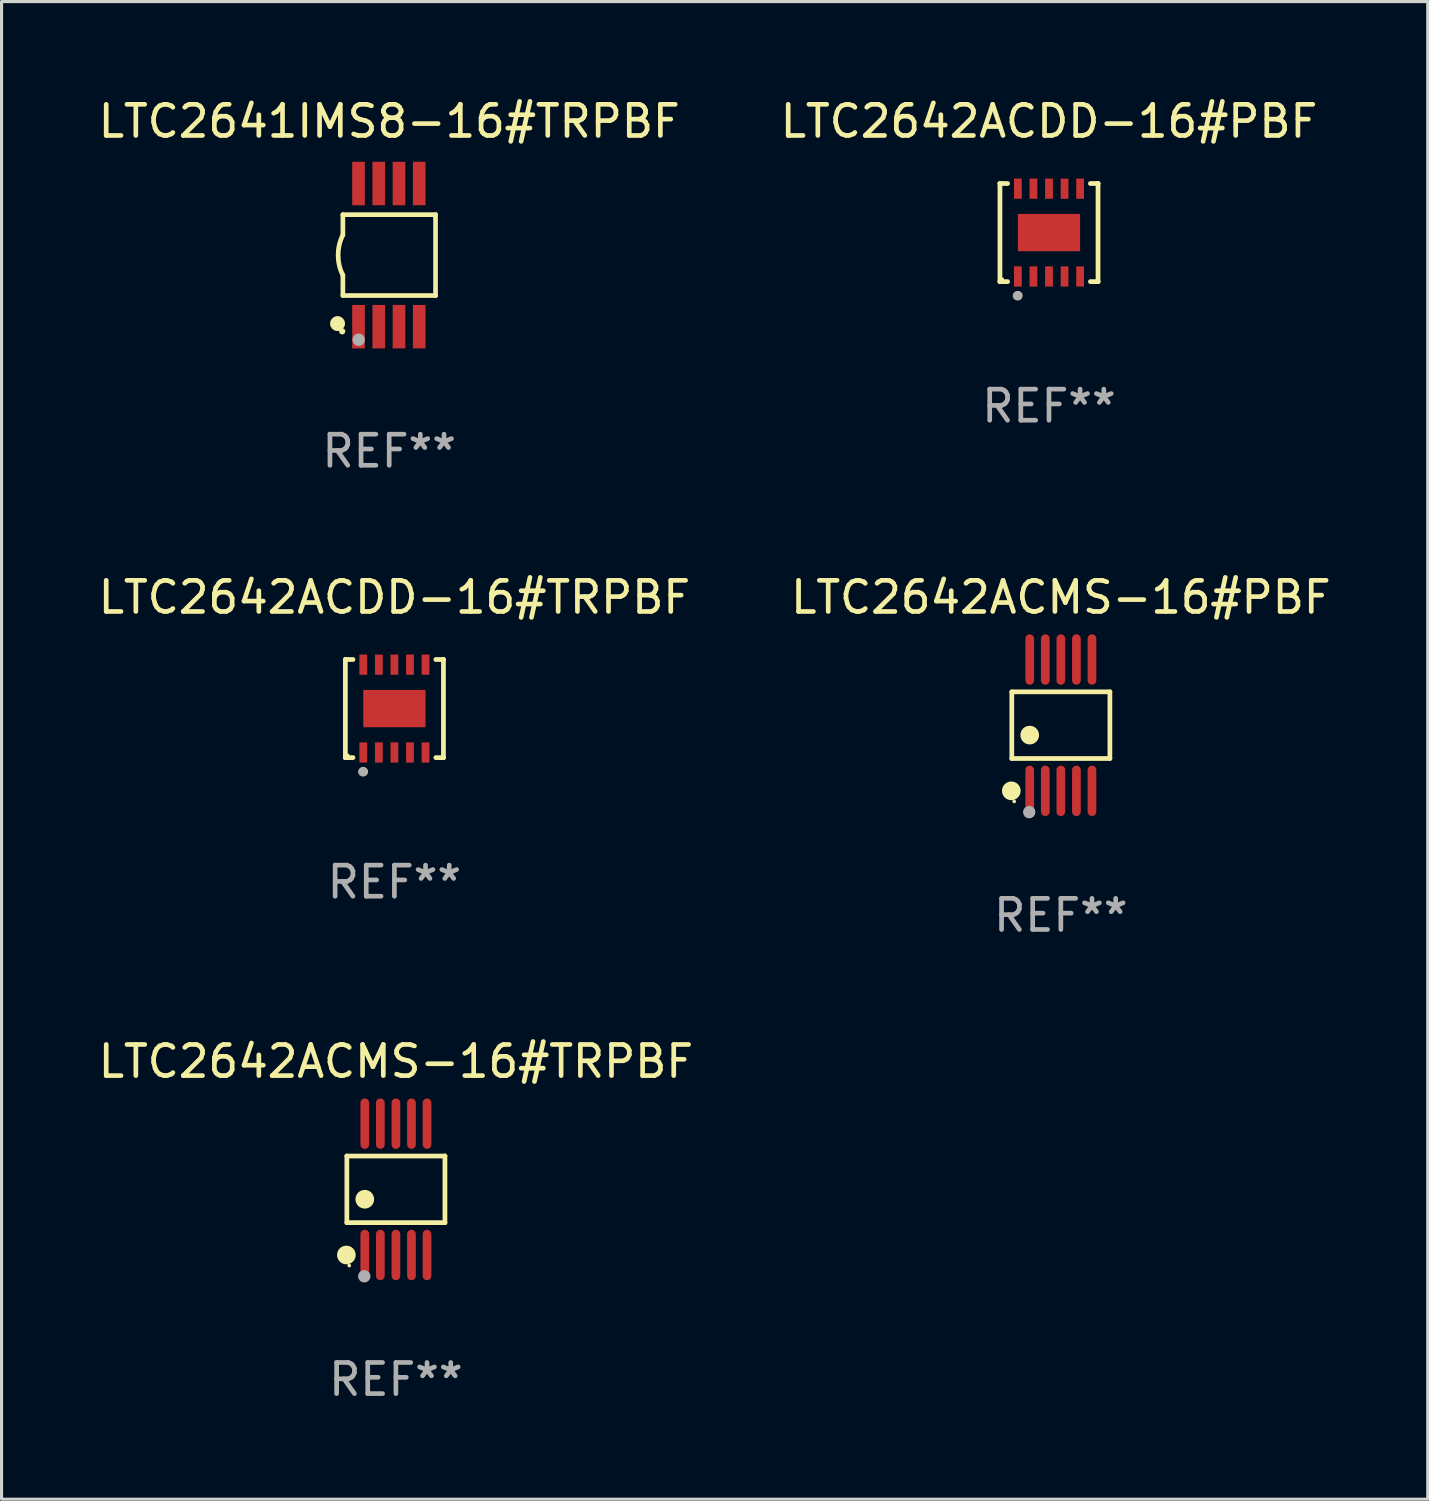
<source format=kicad_pcb>
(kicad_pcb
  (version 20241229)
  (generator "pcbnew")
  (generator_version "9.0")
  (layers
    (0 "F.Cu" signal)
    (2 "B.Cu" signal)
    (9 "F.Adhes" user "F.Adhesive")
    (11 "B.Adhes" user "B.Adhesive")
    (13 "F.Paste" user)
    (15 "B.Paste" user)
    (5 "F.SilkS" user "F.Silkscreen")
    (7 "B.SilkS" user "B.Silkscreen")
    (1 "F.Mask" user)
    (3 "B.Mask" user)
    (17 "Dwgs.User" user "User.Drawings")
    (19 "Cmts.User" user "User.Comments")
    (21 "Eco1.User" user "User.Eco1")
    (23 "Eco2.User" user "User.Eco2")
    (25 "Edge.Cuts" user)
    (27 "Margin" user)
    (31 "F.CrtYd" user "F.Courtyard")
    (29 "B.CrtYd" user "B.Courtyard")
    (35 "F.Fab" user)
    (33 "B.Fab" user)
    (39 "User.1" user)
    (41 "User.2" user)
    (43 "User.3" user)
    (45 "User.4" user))
  (footprint "LTC2642ACDD-16#PBF"
    (layer "F.Cu")
    (at 30.661 4.424)
    (property "Reference" "LTC2642ACDD-16#PBF" (at 0 -3.576 0) (layer "F.SilkS") (effects (font (size 1 1) (thickness 0.15))))
    (attr through_hole)
    (fp_line (start -1.576 -1.576) (end -1.576 -1.576) (stroke (width 0.152) (type solid)) (layer "F.SilkS"))
    (fp_line (start -1.576 -1.576) (end -1.331 -1.576) (stroke (width 0.152) (type solid)) (layer "F.SilkS"))
    (fp_line (start -1.576 1.576) (end -1.576 -1.576) (stroke (width 0.152) (type solid)) (layer "F.SilkS"))
    (fp_line (start -1.576 1.576) (end -1.576 1.576) (stroke (width 0.152) (type solid)) (layer "F.SilkS"))
    (fp_line (start -1.331 1.576) (end -1.576 1.576) (stroke (width 0.152) (type solid)) (layer "F.SilkS"))
    (fp_line (start 1.331 1.576) (end 1.576 1.576) (stroke (width 0.152) (type solid)) (layer "F.SilkS"))
    (fp_line (start 1.576 -1.576) (end 1.331 -1.576) (stroke (width 0.152) (type solid)) (layer "F.SilkS"))
    (fp_line (start 1.576 -1.576) (end 1.576 -1.576) (stroke (width 0.152) (type solid)) (layer "F.SilkS"))
    (fp_line (start 1.576 1.576) (end 1.576 -1.576) (stroke (width 0.152) (type solid)) (layer "F.SilkS"))
    (fp_line (start 1.576 1.576) (end 1.576 1.576) (stroke (width 0.152) (type solid)) (layer "F.SilkS"))
    (fp_circle (center -1.5 1.5) (end -1.47 1.5) (stroke (width 0.06) (type solid)) (fill no) (layer "F.SilkS"))
    (fp_circle (center -1 2.028) (end -0.925 2.028) (stroke (width 0.15) (type solid)) (fill no) (layer "F.SilkS"))
    (fp_circle (center -1.016 2.032) (end -0.941 2.032) (stroke (width 0.15) (type solid)) (fill no) (layer "F.Fab"))
    (fp_text user "REF**" (at 0 5.576 0) (layer "F.Fab") (effects (font (size 1 1) (thickness 0.15))))
    (pad "1" smd rect (at -1 1.411) (size 0.25 0.65) (layers "F.Cu" "F.Mask" "F.Paste"))
    (pad "2" smd rect (at -0.5 1.411) (size 0.25 0.65) (layers "F.Cu" "F.Mask" "F.Paste"))
    (pad "3" smd rect (at 0 1.411) (size 0.25 0.65) (layers "F.Cu" "F.Mask" "F.Paste"))
    (pad "4" smd rect (at 0.5 1.411) (size 0.25 0.65) (layers "F.Cu" "F.Mask" "F.Paste"))
    (pad "5" smd rect (at 1 1.411) (size 0.25 0.65) (layers "F.Cu" "F.Mask" "F.Paste"))
    (pad "6" smd rect (at 1 -1.411) (size 0.25 0.65) (layers "F.Cu" "F.Mask" "F.Paste"))
    (pad "7" smd rect (at 0.5 -1.411) (size 0.25 0.65) (layers "F.Cu" "F.Mask" "F.Paste"))
    (pad "8" smd rect (at 0 -1.411) (size 0.25 0.65) (layers "F.Cu" "F.Mask" "F.Paste"))
    (pad "9" smd rect (at -0.5 -1.411) (size 0.25 0.65) (layers "F.Cu" "F.Mask" "F.Paste"))
    (pad "10" smd rect (at -1 -1.411) (size 0.25 0.65) (layers "F.Cu" "F.Mask" "F.Paste"))
    (pad "11" smd rect (at 0 0) (size 2 1.2) (layers "F.Cu" "F.Mask" "F.Paste")))
  (footprint "LTC2642ACDD-16#TRPBF"
    (layer "F.Cu")
    (at 9.625 19.721)
    (property "Reference" "LTC2642ACDD-16#TRPBF" (at 0 -3.576 0) (layer "F.SilkS") (effects (font (size 1 1) (thickness 0.15))))
    (attr through_hole)
    (fp_line (start -1.576 -1.576) (end -1.576 -1.576) (stroke (width 0.152) (type solid)) (layer "F.SilkS"))
    (fp_line (start -1.576 -1.576) (end -1.331 -1.576) (stroke (width 0.152) (type solid)) (layer "F.SilkS"))
    (fp_line (start -1.576 1.576) (end -1.576 -1.576) (stroke (width 0.152) (type solid)) (layer "F.SilkS"))
    (fp_line (start -1.576 1.576) (end -1.576 1.576) (stroke (width 0.152) (type solid)) (layer "F.SilkS"))
    (fp_line (start -1.331 1.576) (end -1.576 1.576) (stroke (width 0.152) (type solid)) (layer "F.SilkS"))
    (fp_line (start 1.331 1.576) (end 1.576 1.576) (stroke (width 0.152) (type solid)) (layer "F.SilkS"))
    (fp_line (start 1.576 -1.576) (end 1.331 -1.576) (stroke (width 0.152) (type solid)) (layer "F.SilkS"))
    (fp_line (start 1.576 -1.576) (end 1.576 -1.576) (stroke (width 0.152) (type solid)) (layer "F.SilkS"))
    (fp_line (start 1.576 1.576) (end 1.576 -1.576) (stroke (width 0.152) (type solid)) (layer "F.SilkS"))
    (fp_line (start 1.576 1.576) (end 1.576 1.576) (stroke (width 0.152) (type solid)) (layer "F.SilkS"))
    (fp_circle (center -1.5 1.5) (end -1.47 1.5) (stroke (width 0.06) (type solid)) (fill no) (layer "F.SilkS"))
    (fp_circle (center -1 2.028) (end -0.925 2.028) (stroke (width 0.15) (type solid)) (fill no) (layer "F.SilkS"))
    (fp_circle (center -1.016 2.032) (end -0.941 2.032) (stroke (width 0.15) (type solid)) (fill no) (layer "F.Fab"))
    (fp_text user "REF**" (at 0 5.576 0) (layer "F.Fab") (effects (font (size 1 1) (thickness 0.15))))
    (pad "1" smd rect (at -1 1.411) (size 0.25 0.65) (layers "F.Cu" "F.Mask" "F.Paste"))
    (pad "2" smd rect (at -0.5 1.411) (size 0.25 0.65) (layers "F.Cu" "F.Mask" "F.Paste"))
    (pad "3" smd rect (at 0 1.411) (size 0.25 0.65) (layers "F.Cu" "F.Mask" "F.Paste"))
    (pad "4" smd rect (at 0.5 1.411) (size 0.25 0.65) (layers "F.Cu" "F.Mask" "F.Paste"))
    (pad "5" smd rect (at 1 1.411) (size 0.25 0.65) (layers "F.Cu" "F.Mask" "F.Paste"))
    (pad "6" smd rect (at 1 -1.411) (size 0.25 0.65) (layers "F.Cu" "F.Mask" "F.Paste"))
    (pad "7" smd rect (at 0.5 -1.411) (size 0.25 0.65) (layers "F.Cu" "F.Mask" "F.Paste"))
    (pad "8" smd rect (at 0 -1.411) (size 0.25 0.65) (layers "F.Cu" "F.Mask" "F.Paste"))
    (pad "9" smd rect (at -0.5 -1.411) (size 0.25 0.65) (layers "F.Cu" "F.Mask" "F.Paste"))
    (pad "10" smd rect (at -1 -1.411) (size 0.25 0.65) (layers "F.Cu" "F.Mask" "F.Paste"))
    (pad "11" smd rect (at 0 0) (size 2 1.2) (layers "F.Cu" "F.Mask" "F.Paste")))
  (footprint "LTC2642ACMS-16#PBF"
    (layer "F.Cu")
    (at 31.042 20.255)
    (property "Reference" "LTC2642ACMS-16#PBF" (at 0 -4.11 0) (layer "F.SilkS") (effects (font (size 1 1) (thickness 0.15))))
    (attr through_hole)
    (fp_line (start -1.576 -1.071) (end 1.576 -1.071) (stroke (width 0.152) (type solid)) (layer "F.SilkS"))
    (fp_line (start -1.576 1.071) (end -1.576 -1.071) (stroke (width 0.152) (type solid)) (layer "F.SilkS"))
    (fp_line (start 1.576 -1.071) (end 1.576 1.071) (stroke (width 0.152) (type solid)) (layer "F.SilkS"))
    (fp_line (start 1.576 1.071) (end -1.576 1.071) (stroke (width 0.152) (type solid)) (layer "F.SilkS"))
    (fp_circle (center -1.592 2.11) (end -1.442 2.11) (stroke (width 0.3) (type solid)) (fill no) (layer "F.SilkS"))
    (fp_circle (center -1.5 2.45) (end -1.47 2.45) (stroke (width 0.06) (type solid)) (fill no) (layer "F.SilkS"))
    (fp_circle (center -1 0.319) (end -0.85 0.319) (stroke (width 0.3) (type solid)) (fill no) (layer "F.SilkS"))
    (fp_circle (center -1.016 2.794) (end -0.916 2.794) (stroke (width 0.2) (type solid)) (fill no) (layer "F.Fab"))
    (fp_text user "REF**" (at 0 6.11 0) (layer "F.Fab") (effects (font (size 1 1) (thickness 0.15))))
    (pad "1" smd oval (at -1 2.11) (size 0.28 1.62) (layers "F.Cu" "F.Mask" "F.Paste"))
    (pad "2" smd oval (at -0.5 2.11) (size 0.28 1.62) (layers "F.Cu" "F.Mask" "F.Paste"))
    (pad "3" smd oval (at 0 2.11) (size 0.28 1.62) (layers "F.Cu" "F.Mask" "F.Paste"))
    (pad "4" smd oval (at 0.5 2.11) (size 0.28 1.62) (layers "F.Cu" "F.Mask" "F.Paste"))
    (pad "5" smd oval (at 1 2.11) (size 0.28 1.62) (layers "F.Cu" "F.Mask" "F.Paste"))
    (pad "6" smd oval (at 1 -2.11) (size 0.28 1.62) (layers "F.Cu" "F.Mask" "F.Paste"))
    (pad "7" smd oval (at 0.5 -2.11) (size 0.28 1.62) (layers "F.Cu" "F.Mask" "F.Paste"))
    (pad "8" smd oval (at 0 -2.11) (size 0.28 1.62) (layers "F.Cu" "F.Mask" "F.Paste"))
    (pad "9" smd oval (at -0.5 -2.11) (size 0.28 1.62) (layers "F.Cu" "F.Mask" "F.Paste"))
    (pad "10" smd oval (at -1 -2.11) (size 0.28 1.62) (layers "F.Cu" "F.Mask" "F.Paste")))
  (footprint "LTC2642ACMS-16#TRPBF"
    (layer "F.Cu")
    (at 9.673 35.171)
    (property "Reference" "LTC2642ACMS-16#TRPBF" (at 0 -4.11 0) (layer "F.SilkS") (effects (font (size 1 1) (thickness 0.15))))
    (attr through_hole)
    (fp_line (start -1.576 -1.071) (end 1.576 -1.071) (stroke (width 0.152) (type solid)) (layer "F.SilkS"))
    (fp_line (start -1.576 1.071) (end -1.576 -1.071) (stroke (width 0.152) (type solid)) (layer "F.SilkS"))
    (fp_line (start 1.576 -1.071) (end 1.576 1.071) (stroke (width 0.152) (type solid)) (layer "F.SilkS"))
    (fp_line (start 1.576 1.071) (end -1.576 1.071) (stroke (width 0.152) (type solid)) (layer "F.SilkS"))
    (fp_circle (center -1.592 2.11) (end -1.442 2.11) (stroke (width 0.3) (type solid)) (fill no) (layer "F.SilkS"))
    (fp_circle (center -1.5 2.45) (end -1.47 2.45) (stroke (width 0.06) (type solid)) (fill no) (layer "F.SilkS"))
    (fp_circle (center -1 0.319) (end -0.85 0.319) (stroke (width 0.3) (type solid)) (fill no) (layer "F.SilkS"))
    (fp_circle (center -1.016 2.794) (end -0.916 2.794) (stroke (width 0.2) (type solid)) (fill no) (layer "F.Fab"))
    (fp_text user "REF**" (at 0 6.11 0) (layer "F.Fab") (effects (font (size 1 1) (thickness 0.15))))
    (pad "1" smd oval (at -1 2.11) (size 0.28 1.62) (layers "F.Cu" "F.Mask" "F.Paste"))
    (pad "2" smd oval (at -0.5 2.11) (size 0.28 1.62) (layers "F.Cu" "F.Mask" "F.Paste"))
    (pad "3" smd oval (at 0 2.11) (size 0.28 1.62) (layers "F.Cu" "F.Mask" "F.Paste"))
    (pad "4" smd oval (at 0.5 2.11) (size 0.28 1.62) (layers "F.Cu" "F.Mask" "F.Paste"))
    (pad "5" smd oval (at 1 2.11) (size 0.28 1.62) (layers "F.Cu" "F.Mask" "F.Paste"))
    (pad "6" smd oval (at 1 -2.11) (size 0.28 1.62) (layers "F.Cu" "F.Mask" "F.Paste"))
    (pad "7" smd oval (at 0.5 -2.11) (size 0.28 1.62) (layers "F.Cu" "F.Mask" "F.Paste"))
    (pad "8" smd oval (at 0 -2.11) (size 0.28 1.62) (layers "F.Cu" "F.Mask" "F.Paste"))
    (pad "9" smd oval (at -0.5 -2.11) (size 0.28 1.62) (layers "F.Cu" "F.Mask" "F.Paste"))
    (pad "10" smd oval (at -1 -2.11) (size 0.28 1.62) (layers "F.Cu" "F.Mask" "F.Paste")))
  (footprint "LTC2641IMS8-16#TRPBF"
    (layer "F.Cu")
    (at 9.458 5.148)
    (property "Reference" "LTC2641IMS8-16#TRPBF" (at 0 -4.3 0) (layer "F.SilkS") (effects (font (size 1 1) (thickness 0.15))))
    (attr through_hole)
    (fp_line (start -1.489 -1.3) (end -1.489 -0.648) (stroke (width 0.15) (type solid)) (layer "F.SilkS"))
    (fp_line (start -1.489 0.648) (end -1.489 1.3) (stroke (width 0.15) (type solid)) (layer "F.SilkS"))
    (fp_line (start -1.489 1.3) (end 1.489 1.3) (stroke (width 0.15) (type solid)) (layer "F.SilkS"))
    (fp_line (start 1.489 -1.3) (end -1.489 -1.3) (stroke (width 0.15) (type solid)) (layer "F.SilkS"))
    (fp_line (start 1.489 1.3) (end 1.489 -1.3) (stroke (width 0.15) (type solid)) (layer "F.SilkS"))
    (fp_arc (start -1.489205 0.647702) (mid -1.642107 0) (end -1.489205 -0.647701) (stroke (width 0.150013) (type solid)) (layer "F.SilkS"))
    (fp_circle (center -1.661 2.2) (end -1.541 2.2) (stroke (width 0.24) (type solid)) (fill no) (layer "F.SilkS"))
    (fp_circle (center -1.511 2.45) (end -1.461 2.45) (stroke (width 0.1) (type solid)) (fill no) (layer "F.SilkS"))
    (fp_circle (center -0.981 2.72) (end -0.881 2.72) (stroke (width 0.2) (type solid)) (fill no) (layer "F.Fab"))
    (fp_text user "REF**" (at 0 6.3 0) (layer "F.Fab") (effects (font (size 1 1) (thickness 0.15))))
    (pad "1" smd rect (at -0.986 2.3) (size 0.406 1.397) (layers "F.Cu" "F.Mask" "F.Paste"))
    (pad "2" smd rect (at -0.336 2.3) (size 0.406 1.397) (layers "F.Cu" "F.Mask" "F.Paste"))
    (pad "3" smd rect (at 0.314 2.3) (size 0.406 1.397) (layers "F.Cu" "F.Mask" "F.Paste"))
    (pad "4" smd rect (at 0.964 2.3) (size 0.406 1.397) (layers "F.Cu" "F.Mask" "F.Paste"))
    (pad "5" smd rect (at 0.964 -2.3) (size 0.406 1.397) (layers "F.Cu" "F.Mask" "F.Paste"))
    (pad "6" smd rect (at 0.314 -2.3) (size 0.406 1.397) (layers "F.Cu" "F.Mask" "F.Paste"))
    (pad "7" smd rect (at -0.336 -2.3) (size 0.406 1.397) (layers "F.Cu" "F.Mask" "F.Paste"))
    (pad "8" smd rect (at -0.986 -2.3) (size 0.406 1.397) (layers "F.Cu" "F.Mask" "F.Paste")))
  (gr_rect
    (start -3 -3)
    (end 42.833 45.129)
    (stroke (width 0.1) (type default))
    (fill no)
    (layer "Edge.Cuts")))
</source>
